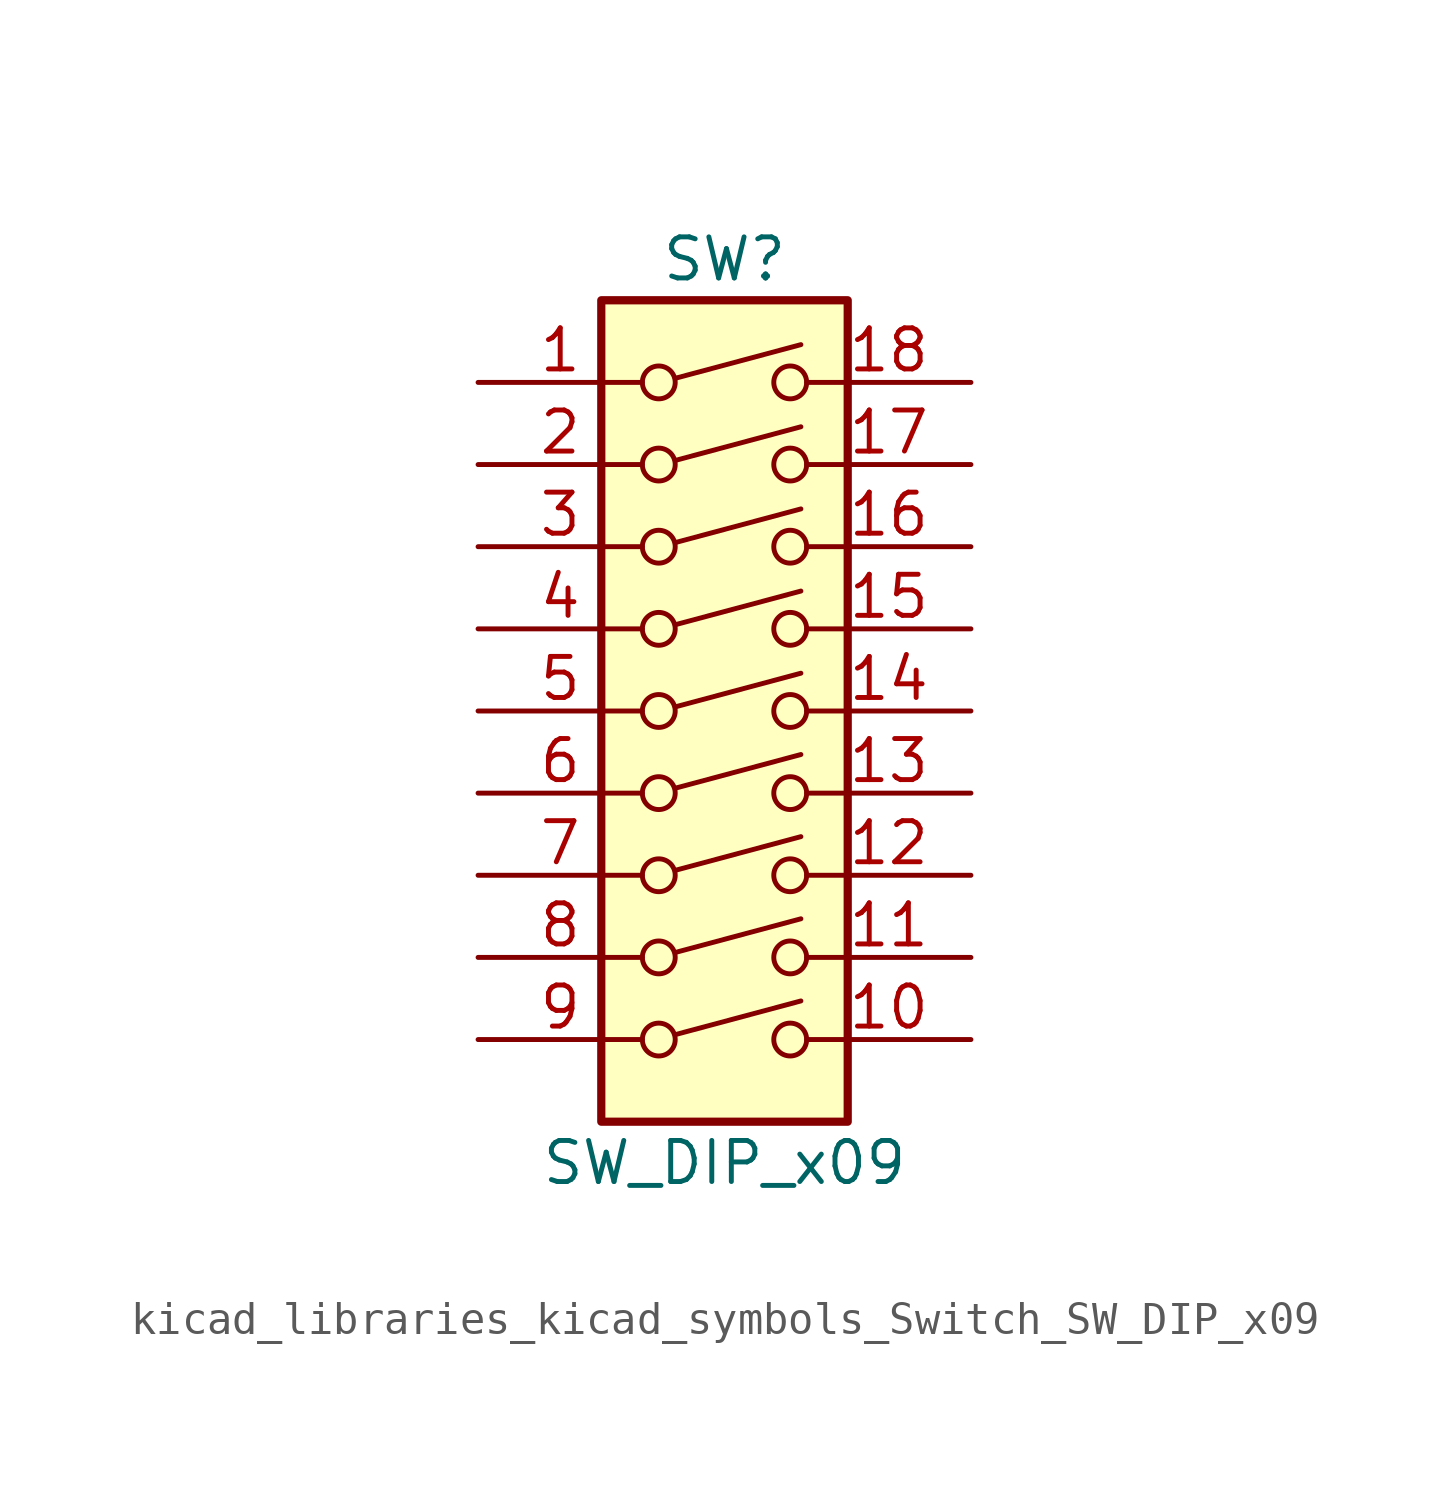
<source format=kicad_sym>
(kicad_symbol_lib
  (version 20220914)
  (generator kicad_symbol_editor)
  (symbol "kicad_libraries_kicad_symbols_Switch_SW_DIP_x09"
    (pin_names
      (offset 0) hide)
    (property "Reference" "SW"
      (at 0 13.97 0)
      (effects (font (size 1.27 1.27))))
    (property "Value" "SW_DIP_x09"
      (at 0 -13.97 0)
      (effects (font (size 1.27 1.27))))
    (symbol "kicad_libraries_kicad_symbols_Switch_SW_DIP_x09_0_0"
      (circle (center -2.032 -10.16) (radius 0.508) (stroke (width 0) (type default)) (fill (type none)))
      (circle (center -2.032 -7.62) (radius 0.508) (stroke (width 0) (type default)) (fill (type none)))
      (circle (center -2.032 -5.08) (radius 0.508) (stroke (width 0) (type default)) (fill (type none)))
      (circle (center -2.032 -2.54) (radius 0.508) (stroke (width 0) (type default)) (fill (type none)))
      (circle (center -2.032 0) (radius 0.508) (stroke (width 0) (type default)) (fill (type none)))
      (circle (center -2.032 2.54) (radius 0.508) (stroke (width 0) (type default)) (fill (type none)))
      (circle (center -2.032 5.08) (radius 0.508) (stroke (width 0) (type default)) (fill (type none)))
      (circle (center -2.032 7.62) (radius 0.508) (stroke (width 0) (type default)) (fill (type none)))
      (circle (center -2.032 10.16) (radius 0.508) (stroke (width 0) (type default)) (fill (type none)))
      (polyline (pts (xy -1.524 -10.008) (xy 2.362 -8.966)) (stroke (width 0) (type default)) (fill (type none)))
      (polyline (pts (xy -1.524 -7.468) (xy 2.362 -6.426)) (stroke (width 0) (type default)) (fill (type none)))
      (polyline (pts (xy -1.524 -4.928) (xy 2.362 -3.886)) (stroke (width 0) (type default)) (fill (type none)))
      (polyline (pts (xy -1.524 -2.388) (xy 2.362 -1.346)) (stroke (width 0) (type default)) (fill (type none)))
      (polyline (pts (xy -1.524 0.127) (xy 2.362 1.168)) (stroke (width 0) (type default)) (fill (type none)))
      (polyline (pts (xy -1.524 2.667) (xy 2.362 3.708)) (stroke (width 0) (type default)) (fill (type none)))
      (polyline (pts (xy -1.524 5.207) (xy 2.362 6.248)) (stroke (width 0) (type default)) (fill (type none)))
      (polyline (pts (xy -1.524 7.747) (xy 2.362 8.788)) (stroke (width 0) (type default)) (fill (type none)))
      (polyline (pts (xy -1.524 10.287) (xy 2.362 11.328)) (stroke (width 0) (type default)) (fill (type none)))
      (circle (center 2.032 -10.16) (radius 0.508) (stroke (width 0) (type default)) (fill (type none)))
      (circle (center 2.032 -7.62) (radius 0.508) (stroke (width 0) (type default)) (fill (type none)))
      (circle (center 2.032 -5.08) (radius 0.508) (stroke (width 0) (type default)) (fill (type none)))
      (circle (center 2.032 -2.54) (radius 0.508) (stroke (width 0) (type default)) (fill (type none)))
      (circle (center 2.032 0) (radius 0.508) (stroke (width 0) (type default)) (fill (type none)))
      (circle (center 2.032 2.54) (radius 0.508) (stroke (width 0) (type default)) (fill (type none)))
      (circle (center 2.032 5.08) (radius 0.508) (stroke (width 0) (type default)) (fill (type none)))
      (circle (center 2.032 7.62) (radius 0.508) (stroke (width 0) (type default)) (fill (type none)))
      (circle (center 2.032 10.16) (radius 0.508) (stroke (width 0) (type default)) (fill (type none))))
    (symbol "kicad_libraries_kicad_symbols_Switch_SW_DIP_x09_0_1"
      (rectangle (start -3.81 12.7) (end 3.81 -12.7) (stroke (width 0.254) (type default)) (fill (type background))))
    (symbol "kicad_libraries_kicad_symbols_Switch_SW_DIP_x09_1_1"
      (pin passive line (at -7.62 10.16 0) (length 5.08) (name "~" (effects (font (size 1.27 1.27)))) (number "1" (effects (font (size 1.27 1.27)))))
      (pin passive line (at 7.62 -10.16 180) (length 5.08) (name "~" (effects (font (size 1.27 1.27)))) (number "10" (effects (font (size 1.27 1.27)))))
      (pin passive line (at 7.62 -7.62 180) (length 5.08) (name "~" (effects (font (size 1.27 1.27)))) (number "11" (effects (font (size 1.27 1.27)))))
      (pin passive line (at 7.62 -5.08 180) (length 5.08) (name "~" (effects (font (size 1.27 1.27)))) (number "12" (effects (font (size 1.27 1.27)))))
      (pin passive line (at 7.62 -2.54 180) (length 5.08) (name "~" (effects (font (size 1.27 1.27)))) (number "13" (effects (font (size 1.27 1.27)))))
      (pin passive line (at 7.62 0 180) (length 5.08) (name "~" (effects (font (size 1.27 1.27)))) (number "14" (effects (font (size 1.27 1.27)))))
      (pin passive line (at 7.62 2.54 180) (length 5.08) (name "~" (effects (font (size 1.27 1.27)))) (number "15" (effects (font (size 1.27 1.27)))))
      (pin passive line (at 7.62 5.08 180) (length 5.08) (name "~" (effects (font (size 1.27 1.27)))) (number "16" (effects (font (size 1.27 1.27)))))
      (pin passive line (at 7.62 7.62 180) (length 5.08) (name "~" (effects (font (size 1.27 1.27)))) (number "17" (effects (font (size 1.27 1.27)))))
      (pin passive line (at 7.62 10.16 180) (length 5.08) (name "~" (effects (font (size 1.27 1.27)))) (number "18" (effects (font (size 1.27 1.27)))))
      (pin passive line (at -7.62 7.62 0) (length 5.08) (name "~" (effects (font (size 1.27 1.27)))) (number "2" (effects (font (size 1.27 1.27)))))
      (pin passive line (at -7.62 5.08 0) (length 5.08) (name "~" (effects (font (size 1.27 1.27)))) (number "3" (effects (font (size 1.27 1.27)))))
      (pin passive line (at -7.62 2.54 0) (length 5.08) (name "~" (effects (font (size 1.27 1.27)))) (number "4" (effects (font (size 1.27 1.27)))))
      (pin passive line (at -7.62 0 0) (length 5.08) (name "~" (effects (font (size 1.27 1.27)))) (number "5" (effects (font (size 1.27 1.27)))))
      (pin passive line (at -7.62 -2.54 0) (length 5.08) (name "~" (effects (font (size 1.27 1.27)))) (number "6" (effects (font (size 1.27 1.27)))))
      (pin passive line (at -7.62 -5.08 0) (length 5.08) (name "~" (effects (font (size 1.27 1.27)))) (number "7" (effects (font (size 1.27 1.27)))))
      (pin passive line (at -7.62 -7.62 0) (length 5.08) (name "~" (effects (font (size 1.27 1.27)))) (number "8" (effects (font (size 1.27 1.27)))))
      (pin passive line (at -7.62 -10.16 0) (length 5.08) (name "~" (effects (font (size 1.27 1.27)))) (number "9" (effects (font (size 1.27 1.27))))))))
</source>
